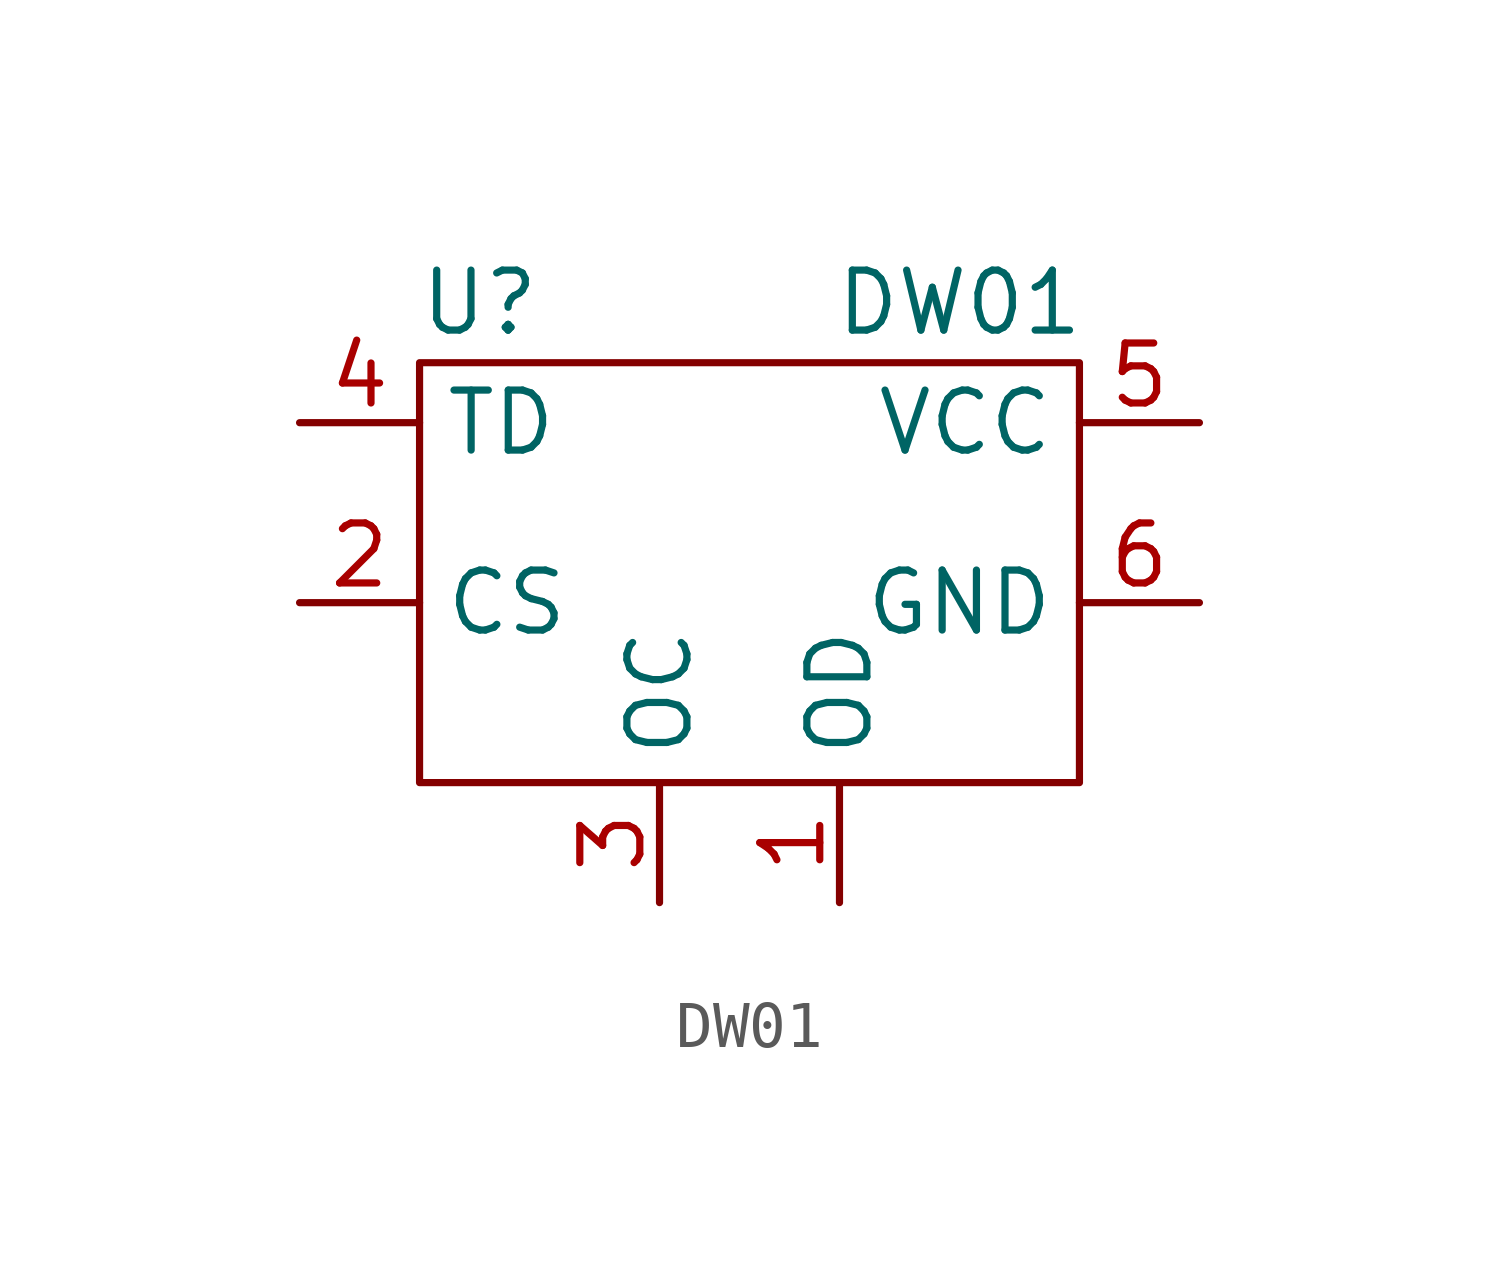
<source format=kicad_sym>
(kicad_symbol_lib
  (version 20211014)
  (generator kicad_symbol_editor)
  (symbol "DW01"
    (property "Reference" "U"
      (at 1.27 10.16 0)
      (effects (font (size 1.27 1.27))))
    (property "Value" "DW01"
      (at 11.43 10.16 0)
      (effects (font (size 1.27 1.27))))
    (symbol "DW01_0_1"
      (rectangle (start 0 8.89) (end 13.97 0) (stroke (width 0) (type default) (color 0 0 0 0)) (fill (type none))))
    (symbol "DW01_1_1"
      (pin input line (at 8.89 -2.54 90) (length 2.54) (name "OD" (effects (font (size 1.27 1.27)))) (number "1" (effects (font (size 1.27 1.27)))))
      (pin input line (at -2.54 3.81 0) (length 2.54) (name "CS" (effects (font (size 1.27 1.27)))) (number "2" (effects (font (size 1.27 1.27)))))
      (pin input line (at 5.08 -2.54 90) (length 2.54) (name "OC" (effects (font (size 1.27 1.27)))) (number "3" (effects (font (size 1.27 1.27)))))
      (pin input line (at -2.54 7.62 0) (length 2.54) (name "TD" (effects (font (size 1.27 1.27)))) (number "4" (effects (font (size 1.27 1.27)))))
      (pin input line (at 16.51 7.62 180) (length 2.54) (name "VCC" (effects (font (size 1.27 1.27)))) (number "5" (effects (font (size 1.27 1.27)))))
      (pin input line (at 16.51 3.81 180) (length 2.54) (name "GND" (effects (font (size 1.27 1.27)))) (number "6" (effects (font (size 1.27 1.27))))))))
</source>
